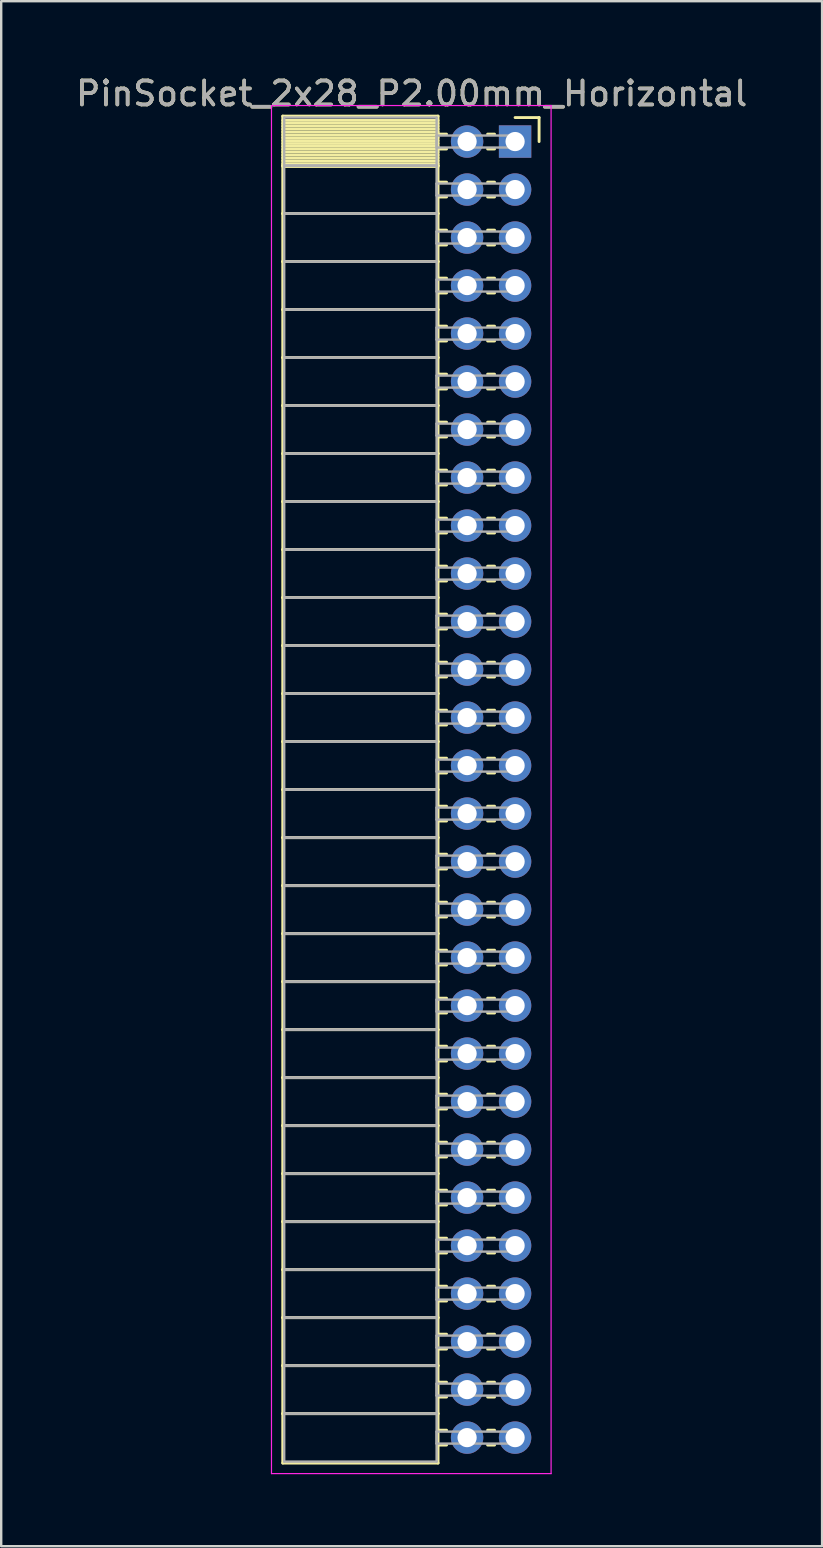
<source format=kicad_pcb>
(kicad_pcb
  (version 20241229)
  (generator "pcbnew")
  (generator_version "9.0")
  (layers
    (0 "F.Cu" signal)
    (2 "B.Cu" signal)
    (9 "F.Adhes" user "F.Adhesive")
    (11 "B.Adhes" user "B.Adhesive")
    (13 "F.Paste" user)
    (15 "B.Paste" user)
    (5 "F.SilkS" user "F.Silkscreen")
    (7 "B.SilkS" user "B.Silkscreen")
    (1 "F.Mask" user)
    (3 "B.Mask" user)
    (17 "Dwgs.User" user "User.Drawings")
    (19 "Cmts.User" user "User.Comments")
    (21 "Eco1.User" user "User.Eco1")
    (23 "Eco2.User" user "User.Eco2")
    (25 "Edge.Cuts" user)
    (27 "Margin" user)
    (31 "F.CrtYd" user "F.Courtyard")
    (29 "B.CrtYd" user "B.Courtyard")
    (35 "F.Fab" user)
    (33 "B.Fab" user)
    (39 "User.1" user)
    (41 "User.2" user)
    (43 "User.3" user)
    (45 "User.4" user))
  (footprint "PinSocket_2x28_P2.00mm_Horizontal"
    (layer "F.Cu")
    (at 18.411 2.848)
    (property "Reference" "PinSocket_2x28_P2.00mm_Horizontal" (at -4.31 -2 0) (layer "F.SilkS") (effects (font (size 1 1) (thickness 0.15))))
    (attr through_hole)
    (fp_line (start -9.68 -1.06) (end -3.21 -1.06) (stroke (width 0.12) (type solid)) (layer "F.SilkS"))
    (fp_line (start -9.68 1) (end -9.68 -1.06) (stroke (width 0.12) (type solid)) (layer "F.SilkS"))
    (fp_line (start -9.68 1) (end -3.21 1) (stroke (width 0.12) (type solid)) (layer "F.SilkS"))
    (fp_line (start -9.68 3) (end -9.68 1) (stroke (width 0.12) (type solid)) (layer "F.SilkS"))
    (fp_line (start -9.68 3) (end -3.21 3) (stroke (width 0.12) (type solid)) (layer "F.SilkS"))
    (fp_line (start -9.68 5) (end -9.68 3) (stroke (width 0.12) (type solid)) (layer "F.SilkS"))
    (fp_line (start -9.68 5) (end -3.21 5) (stroke (width 0.12) (type solid)) (layer "F.SilkS"))
    (fp_line (start -9.68 7) (end -9.68 5) (stroke (width 0.12) (type solid)) (layer "F.SilkS"))
    (fp_line (start -9.68 7) (end -3.21 7) (stroke (width 0.12) (type solid)) (layer "F.SilkS"))
    (fp_line (start -9.68 9) (end -9.68 7) (stroke (width 0.12) (type solid)) (layer "F.SilkS"))
    (fp_line (start -9.68 9) (end -3.21 9) (stroke (width 0.12) (type solid)) (layer "F.SilkS"))
    (fp_line (start -9.68 11) (end -9.68 9) (stroke (width 0.12) (type solid)) (layer "F.SilkS"))
    (fp_line (start -9.68 11) (end -3.21 11) (stroke (width 0.12) (type solid)) (layer "F.SilkS"))
    (fp_line (start -9.68 13) (end -9.68 11) (stroke (width 0.12) (type solid)) (layer "F.SilkS"))
    (fp_line (start -9.68 13) (end -3.21 13) (stroke (width 0.12) (type solid)) (layer "F.SilkS"))
    (fp_line (start -9.68 15) (end -9.68 13) (stroke (width 0.12) (type solid)) (layer "F.SilkS"))
    (fp_line (start -9.68 15) (end -3.21 15) (stroke (width 0.12) (type solid)) (layer "F.SilkS"))
    (fp_line (start -9.68 17) (end -9.68 15) (stroke (width 0.12) (type solid)) (layer "F.SilkS"))
    (fp_line (start -9.68 17) (end -3.21 17) (stroke (width 0.12) (type solid)) (layer "F.SilkS"))
    (fp_line (start -9.68 19) (end -9.68 17) (stroke (width 0.12) (type solid)) (layer "F.SilkS"))
    (fp_line (start -9.68 19) (end -3.21 19) (stroke (width 0.12) (type solid)) (layer "F.SilkS"))
    (fp_line (start -9.68 21) (end -9.68 19) (stroke (width 0.12) (type solid)) (layer "F.SilkS"))
    (fp_line (start -9.68 21) (end -3.21 21) (stroke (width 0.12) (type solid)) (layer "F.SilkS"))
    (fp_line (start -9.68 23) (end -9.68 21) (stroke (width 0.12) (type solid)) (layer "F.SilkS"))
    (fp_line (start -9.68 23) (end -3.21 23) (stroke (width 0.12) (type solid)) (layer "F.SilkS"))
    (fp_line (start -9.68 25) (end -9.68 23) (stroke (width 0.12) (type solid)) (layer "F.SilkS"))
    (fp_line (start -9.68 25) (end -3.21 25) (stroke (width 0.12) (type solid)) (layer "F.SilkS"))
    (fp_line (start -9.68 27) (end -9.68 25) (stroke (width 0.12) (type solid)) (layer "F.SilkS"))
    (fp_line (start -9.68 27) (end -3.21 27) (stroke (width 0.12) (type solid)) (layer "F.SilkS"))
    (fp_line (start -9.68 29) (end -9.68 27) (stroke (width 0.12) (type solid)) (layer "F.SilkS"))
    (fp_line (start -9.68 29) (end -3.21 29) (stroke (width 0.12) (type solid)) (layer "F.SilkS"))
    (fp_line (start -9.68 31) (end -9.68 29) (stroke (width 0.12) (type solid)) (layer "F.SilkS"))
    (fp_line (start -9.68 31) (end -3.21 31) (stroke (width 0.12) (type solid)) (layer "F.SilkS"))
    (fp_line (start -9.68 33) (end -9.68 31) (stroke (width 0.12) (type solid)) (layer "F.SilkS"))
    (fp_line (start -9.68 33) (end -3.21 33) (stroke (width 0.12) (type solid)) (layer "F.SilkS"))
    (fp_line (start -9.68 35) (end -9.68 33) (stroke (width 0.12) (type solid)) (layer "F.SilkS"))
    (fp_line (start -9.68 35) (end -3.21 35) (stroke (width 0.12) (type solid)) (layer "F.SilkS"))
    (fp_line (start -9.68 37) (end -9.68 35) (stroke (width 0.12) (type solid)) (layer "F.SilkS"))
    (fp_line (start -9.68 37) (end -3.21 37) (stroke (width 0.12) (type solid)) (layer "F.SilkS"))
    (fp_line (start -9.68 39) (end -9.68 37) (stroke (width 0.12) (type solid)) (layer "F.SilkS"))
    (fp_line (start -9.68 39) (end -3.21 39) (stroke (width 0.12) (type solid)) (layer "F.SilkS"))
    (fp_line (start -9.68 41) (end -9.68 39) (stroke (width 0.12) (type solid)) (layer "F.SilkS"))
    (fp_line (start -9.68 41) (end -3.21 41) (stroke (width 0.12) (type solid)) (layer "F.SilkS"))
    (fp_line (start -9.68 43) (end -9.68 41) (stroke (width 0.12) (type solid)) (layer "F.SilkS"))
    (fp_line (start -9.68 43) (end -3.21 43) (stroke (width 0.12) (type solid)) (layer "F.SilkS"))
    (fp_line (start -9.68 45) (end -9.68 43) (stroke (width 0.12) (type solid)) (layer "F.SilkS"))
    (fp_line (start -9.68 45) (end -3.21 45) (stroke (width 0.12) (type solid)) (layer "F.SilkS"))
    (fp_line (start -9.68 47) (end -9.68 45) (stroke (width 0.12) (type solid)) (layer "F.SilkS"))
    (fp_line (start -9.68 47) (end -3.21 47) (stroke (width 0.12) (type solid)) (layer "F.SilkS"))
    (fp_line (start -9.68 49) (end -9.68 47) (stroke (width 0.12) (type solid)) (layer "F.SilkS"))
    (fp_line (start -9.68 49) (end -3.21 49) (stroke (width 0.12) (type solid)) (layer "F.SilkS"))
    (fp_line (start -9.68 51) (end -9.68 49) (stroke (width 0.12) (type solid)) (layer "F.SilkS"))
    (fp_line (start -9.68 51) (end -3.21 51) (stroke (width 0.12) (type solid)) (layer "F.SilkS"))
    (fp_line (start -9.68 53) (end -9.68 51) (stroke (width 0.12) (type solid)) (layer "F.SilkS"))
    (fp_line (start -9.68 53) (end -3.21 53) (stroke (width 0.12) (type solid)) (layer "F.SilkS"))
    (fp_line (start -9.68 55.06) (end -9.68 53) (stroke (width 0.12) (type solid)) (layer "F.SilkS"))
    (fp_line (start -3.21 -1.06) (end -3.21 1) (stroke (width 0.12) (type solid)) (layer "F.SilkS"))
    (fp_line (start -3.21 -0.88) (end -9.68 -0.88) (stroke (width 0.12) (type solid)) (layer "F.SilkS"))
    (fp_line (start -3.21 -0.76) (end -9.68 -0.76) (stroke (width 0.12) (type solid)) (layer "F.SilkS"))
    (fp_line (start -3.21 -0.64) (end -9.68 -0.64) (stroke (width 0.12) (type solid)) (layer "F.SilkS"))
    (fp_line (start -3.21 -0.52) (end -9.68 -0.52) (stroke (width 0.12) (type solid)) (layer "F.SilkS"))
    (fp_line (start -3.21 -0.4) (end -9.68 -0.4) (stroke (width 0.12) (type solid)) (layer "F.SilkS"))
    (fp_line (start -3.21 -0.28) (end -9.68 -0.28) (stroke (width 0.12) (type solid)) (layer "F.SilkS"))
    (fp_line (start -3.21 -0.16) (end -9.68 -0.16) (stroke (width 0.12) (type solid)) (layer "F.SilkS"))
    (fp_line (start -3.21 -0.04) (end -9.68 -0.04) (stroke (width 0.12) (type solid)) (layer "F.SilkS"))
    (fp_line (start -3.21 0.08) (end -9.68 0.08) (stroke (width 0.12) (type solid)) (layer "F.SilkS"))
    (fp_line (start -3.21 0.2) (end -9.68 0.2) (stroke (width 0.12) (type solid)) (layer "F.SilkS"))
    (fp_line (start -3.21 0.32) (end -9.68 0.32) (stroke (width 0.12) (type solid)) (layer "F.SilkS"))
    (fp_line (start -3.21 0.44) (end -9.68 0.44) (stroke (width 0.12) (type solid)) (layer "F.SilkS"))
    (fp_line (start -3.21 0.56) (end -9.68 0.56) (stroke (width 0.12) (type solid)) (layer "F.SilkS"))
    (fp_line (start -3.21 0.68) (end -9.68 0.68) (stroke (width 0.12) (type solid)) (layer "F.SilkS"))
    (fp_line (start -3.21 0.8) (end -9.68 0.8) (stroke (width 0.12) (type solid)) (layer "F.SilkS"))
    (fp_line (start -3.21 0.92) (end -9.68 0.92) (stroke (width 0.12) (type solid)) (layer "F.SilkS"))
    (fp_line (start -3.21 1) (end -9.68 1) (stroke (width 0.12) (type solid)) (layer "F.SilkS"))
    (fp_line (start -3.21 1) (end -3.21 3) (stroke (width 0.12) (type solid)) (layer "F.SilkS"))
    (fp_line (start -3.21 1.04) (end -9.68 1.04) (stroke (width 0.12) (type solid)) (layer "F.SilkS"))
    (fp_line (start -3.21 3) (end -9.68 3) (stroke (width 0.12) (type solid)) (layer "F.SilkS"))
    (fp_line (start -3.21 3) (end -3.21 5) (stroke (width 0.12) (type solid)) (layer "F.SilkS"))
    (fp_line (start -3.21 5) (end -9.68 5) (stroke (width 0.12) (type solid)) (layer "F.SilkS"))
    (fp_line (start -3.21 5) (end -3.21 7) (stroke (width 0.12) (type solid)) (layer "F.SilkS"))
    (fp_line (start -3.21 7) (end -9.68 7) (stroke (width 0.12) (type solid)) (layer "F.SilkS"))
    (fp_line (start -3.21 7) (end -3.21 9) (stroke (width 0.12) (type solid)) (layer "F.SilkS"))
    (fp_line (start -3.21 9) (end -9.68 9) (stroke (width 0.12) (type solid)) (layer "F.SilkS"))
    (fp_line (start -3.21 9) (end -3.21 11) (stroke (width 0.12) (type solid)) (layer "F.SilkS"))
    (fp_line (start -3.21 11) (end -9.68 11) (stroke (width 0.12) (type solid)) (layer "F.SilkS"))
    (fp_line (start -3.21 11) (end -3.21 13) (stroke (width 0.12) (type solid)) (layer "F.SilkS"))
    (fp_line (start -3.21 13) (end -9.68 13) (stroke (width 0.12) (type solid)) (layer "F.SilkS"))
    (fp_line (start -3.21 13) (end -3.21 15) (stroke (width 0.12) (type solid)) (layer "F.SilkS"))
    (fp_line (start -3.21 15) (end -9.68 15) (stroke (width 0.12) (type solid)) (layer "F.SilkS"))
    (fp_line (start -3.21 15) (end -3.21 17) (stroke (width 0.12) (type solid)) (layer "F.SilkS"))
    (fp_line (start -3.21 17) (end -9.68 17) (stroke (width 0.12) (type solid)) (layer "F.SilkS"))
    (fp_line (start -3.21 17) (end -3.21 19) (stroke (width 0.12) (type solid)) (layer "F.SilkS"))
    (fp_line (start -3.21 19) (end -9.68 19) (stroke (width 0.12) (type solid)) (layer "F.SilkS"))
    (fp_line (start -3.21 19) (end -3.21 21) (stroke (width 0.12) (type solid)) (layer "F.SilkS"))
    (fp_line (start -3.21 21) (end -9.68 21) (stroke (width 0.12) (type solid)) (layer "F.SilkS"))
    (fp_line (start -3.21 21) (end -3.21 23) (stroke (width 0.12) (type solid)) (layer "F.SilkS"))
    (fp_line (start -3.21 23) (end -9.68 23) (stroke (width 0.12) (type solid)) (layer "F.SilkS"))
    (fp_line (start -3.21 23) (end -3.21 25) (stroke (width 0.12) (type solid)) (layer "F.SilkS"))
    (fp_line (start -3.21 25) (end -9.68 25) (stroke (width 0.12) (type solid)) (layer "F.SilkS"))
    (fp_line (start -3.21 25) (end -3.21 27) (stroke (width 0.12) (type solid)) (layer "F.SilkS"))
    (fp_line (start -3.21 27) (end -9.68 27) (stroke (width 0.12) (type solid)) (layer "F.SilkS"))
    (fp_line (start -3.21 27) (end -3.21 29) (stroke (width 0.12) (type solid)) (layer "F.SilkS"))
    (fp_line (start -3.21 29) (end -9.68 29) (stroke (width 0.12) (type solid)) (layer "F.SilkS"))
    (fp_line (start -3.21 29) (end -3.21 31) (stroke (width 0.12) (type solid)) (layer "F.SilkS"))
    (fp_line (start -3.21 31) (end -9.68 31) (stroke (width 0.12) (type solid)) (layer "F.SilkS"))
    (fp_line (start -3.21 31) (end -3.21 33) (stroke (width 0.12) (type solid)) (layer "F.SilkS"))
    (fp_line (start -3.21 33) (end -9.68 33) (stroke (width 0.12) (type solid)) (layer "F.SilkS"))
    (fp_line (start -3.21 33) (end -3.21 35) (stroke (width 0.12) (type solid)) (layer "F.SilkS"))
    (fp_line (start -3.21 35) (end -9.68 35) (stroke (width 0.12) (type solid)) (layer "F.SilkS"))
    (fp_line (start -3.21 35) (end -3.21 37) (stroke (width 0.12) (type solid)) (layer "F.SilkS"))
    (fp_line (start -3.21 37) (end -9.68 37) (stroke (width 0.12) (type solid)) (layer "F.SilkS"))
    (fp_line (start -3.21 37) (end -3.21 39) (stroke (width 0.12) (type solid)) (layer "F.SilkS"))
    (fp_line (start -3.21 39) (end -9.68 39) (stroke (width 0.12) (type solid)) (layer "F.SilkS"))
    (fp_line (start -3.21 39) (end -3.21 41) (stroke (width 0.12) (type solid)) (layer "F.SilkS"))
    (fp_line (start -3.21 41) (end -9.68 41) (stroke (width 0.12) (type solid)) (layer "F.SilkS"))
    (fp_line (start -3.21 41) (end -3.21 43) (stroke (width 0.12) (type solid)) (layer "F.SilkS"))
    (fp_line (start -3.21 43) (end -9.68 43) (stroke (width 0.12) (type solid)) (layer "F.SilkS"))
    (fp_line (start -3.21 43) (end -3.21 45) (stroke (width 0.12) (type solid)) (layer "F.SilkS"))
    (fp_line (start -3.21 45) (end -9.68 45) (stroke (width 0.12) (type solid)) (layer "F.SilkS"))
    (fp_line (start -3.21 45) (end -3.21 47) (stroke (width 0.12) (type solid)) (layer "F.SilkS"))
    (fp_line (start -3.21 47) (end -9.68 47) (stroke (width 0.12) (type solid)) (layer "F.SilkS"))
    (fp_line (start -3.21 47) (end -3.21 49) (stroke (width 0.12) (type solid)) (layer "F.SilkS"))
    (fp_line (start -3.21 49) (end -9.68 49) (stroke (width 0.12) (type solid)) (layer "F.SilkS"))
    (fp_line (start -3.21 49) (end -3.21 51) (stroke (width 0.12) (type solid)) (layer "F.SilkS"))
    (fp_line (start -3.21 51) (end -9.68 51) (stroke (width 0.12) (type solid)) (layer "F.SilkS"))
    (fp_line (start -3.21 51) (end -3.21 53) (stroke (width 0.12) (type solid)) (layer "F.SilkS"))
    (fp_line (start -3.21 53) (end -9.68 53) (stroke (width 0.12) (type solid)) (layer "F.SilkS"))
    (fp_line (start -3.21 53) (end -3.21 55.06) (stroke (width 0.12) (type solid)) (layer "F.SilkS"))
    (fp_line (start -3.21 55.06) (end -9.68 55.06) (stroke (width 0.12) (type solid)) (layer "F.SilkS"))
    (fp_line (start -2.855 -0.31) (end -3.21 -0.31) (stroke (width 0.12) (type solid)) (layer "F.SilkS"))
    (fp_line (start -2.855 0.31) (end -3.21 0.31) (stroke (width 0.12) (type solid)) (layer "F.SilkS"))
    (fp_line (start -2.855 1.69) (end -3.21 1.69) (stroke (width 0.12) (type solid)) (layer "F.SilkS"))
    (fp_line (start -2.855 2.31) (end -3.21 2.31) (stroke (width 0.12) (type solid)) (layer "F.SilkS"))
    (fp_line (start -2.855 3.69) (end -3.21 3.69) (stroke (width 0.12) (type solid)) (layer "F.SilkS"))
    (fp_line (start -2.855 4.31) (end -3.21 4.31) (stroke (width 0.12) (type solid)) (layer "F.SilkS"))
    (fp_line (start -2.855 5.69) (end -3.21 5.69) (stroke (width 0.12) (type solid)) (layer "F.SilkS"))
    (fp_line (start -2.855 6.31) (end -3.21 6.31) (stroke (width 0.12) (type solid)) (layer "F.SilkS"))
    (fp_line (start -2.855 7.69) (end -3.21 7.69) (stroke (width 0.12) (type solid)) (layer "F.SilkS"))
    (fp_line (start -2.855 8.31) (end -3.21 8.31) (stroke (width 0.12) (type solid)) (layer "F.SilkS"))
    (fp_line (start -2.855 9.69) (end -3.21 9.69) (stroke (width 0.12) (type solid)) (layer "F.SilkS"))
    (fp_line (start -2.855 10.31) (end -3.21 10.31) (stroke (width 0.12) (type solid)) (layer "F.SilkS"))
    (fp_line (start -2.855 11.69) (end -3.21 11.69) (stroke (width 0.12) (type solid)) (layer "F.SilkS"))
    (fp_line (start -2.855 12.31) (end -3.21 12.31) (stroke (width 0.12) (type solid)) (layer "F.SilkS"))
    (fp_line (start -2.855 13.69) (end -3.21 13.69) (stroke (width 0.12) (type solid)) (layer "F.SilkS"))
    (fp_line (start -2.855 14.31) (end -3.21 14.31) (stroke (width 0.12) (type solid)) (layer "F.SilkS"))
    (fp_line (start -2.855 15.69) (end -3.21 15.69) (stroke (width 0.12) (type solid)) (layer "F.SilkS"))
    (fp_line (start -2.855 16.31) (end -3.21 16.31) (stroke (width 0.12) (type solid)) (layer "F.SilkS"))
    (fp_line (start -2.855 17.69) (end -3.21 17.69) (stroke (width 0.12) (type solid)) (layer "F.SilkS"))
    (fp_line (start -2.855 18.31) (end -3.21 18.31) (stroke (width 0.12) (type solid)) (layer "F.SilkS"))
    (fp_line (start -2.855 19.69) (end -3.21 19.69) (stroke (width 0.12) (type solid)) (layer "F.SilkS"))
    (fp_line (start -2.855 20.31) (end -3.21 20.31) (stroke (width 0.12) (type solid)) (layer "F.SilkS"))
    (fp_line (start -2.855 21.69) (end -3.21 21.69) (stroke (width 0.12) (type solid)) (layer "F.SilkS"))
    (fp_line (start -2.855 22.31) (end -3.21 22.31) (stroke (width 0.12) (type solid)) (layer "F.SilkS"))
    (fp_line (start -2.855 23.69) (end -3.21 23.69) (stroke (width 0.12) (type solid)) (layer "F.SilkS"))
    (fp_line (start -2.855 24.31) (end -3.21 24.31) (stroke (width 0.12) (type solid)) (layer "F.SilkS"))
    (fp_line (start -2.855 25.69) (end -3.21 25.69) (stroke (width 0.12) (type solid)) (layer "F.SilkS"))
    (fp_line (start -2.855 26.31) (end -3.21 26.31) (stroke (width 0.12) (type solid)) (layer "F.SilkS"))
    (fp_line (start -2.855 27.69) (end -3.21 27.69) (stroke (width 0.12) (type solid)) (layer "F.SilkS"))
    (fp_line (start -2.855 28.31) (end -3.21 28.31) (stroke (width 0.12) (type solid)) (layer "F.SilkS"))
    (fp_line (start -2.855 29.69) (end -3.21 29.69) (stroke (width 0.12) (type solid)) (layer "F.SilkS"))
    (fp_line (start -2.855 30.31) (end -3.21 30.31) (stroke (width 0.12) (type solid)) (layer "F.SilkS"))
    (fp_line (start -2.855 31.69) (end -3.21 31.69) (stroke (width 0.12) (type solid)) (layer "F.SilkS"))
    (fp_line (start -2.855 32.31) (end -3.21 32.31) (stroke (width 0.12) (type solid)) (layer "F.SilkS"))
    (fp_line (start -2.855 33.69) (end -3.21 33.69) (stroke (width 0.12) (type solid)) (layer "F.SilkS"))
    (fp_line (start -2.855 34.31) (end -3.21 34.31) (stroke (width 0.12) (type solid)) (layer "F.SilkS"))
    (fp_line (start -2.855 35.69) (end -3.21 35.69) (stroke (width 0.12) (type solid)) (layer "F.SilkS"))
    (fp_line (start -2.855 36.31) (end -3.21 36.31) (stroke (width 0.12) (type solid)) (layer "F.SilkS"))
    (fp_line (start -2.855 37.69) (end -3.21 37.69) (stroke (width 0.12) (type solid)) (layer "F.SilkS"))
    (fp_line (start -2.855 38.31) (end -3.21 38.31) (stroke (width 0.12) (type solid)) (layer "F.SilkS"))
    (fp_line (start -2.855 39.69) (end -3.21 39.69) (stroke (width 0.12) (type solid)) (layer "F.SilkS"))
    (fp_line (start -2.855 40.31) (end -3.21 40.31) (stroke (width 0.12) (type solid)) (layer "F.SilkS"))
    (fp_line (start -2.855 41.69) (end -3.21 41.69) (stroke (width 0.12) (type solid)) (layer "F.SilkS"))
    (fp_line (start -2.855 42.31) (end -3.21 42.31) (stroke (width 0.12) (type solid)) (layer "F.SilkS"))
    (fp_line (start -2.855 43.69) (end -3.21 43.69) (stroke (width 0.12) (type solid)) (layer "F.SilkS"))
    (fp_line (start -2.855 44.31) (end -3.21 44.31) (stroke (width 0.12) (type solid)) (layer "F.SilkS"))
    (fp_line (start -2.855 45.69) (end -3.21 45.69) (stroke (width 0.12) (type solid)) (layer "F.SilkS"))
    (fp_line (start -2.855 46.31) (end -3.21 46.31) (stroke (width 0.12) (type solid)) (layer "F.SilkS"))
    (fp_line (start -2.855 47.69) (end -3.21 47.69) (stroke (width 0.12) (type solid)) (layer "F.SilkS"))
    (fp_line (start -2.855 48.31) (end -3.21 48.31) (stroke (width 0.12) (type solid)) (layer "F.SilkS"))
    (fp_line (start -2.855 49.69) (end -3.21 49.69) (stroke (width 0.12) (type solid)) (layer "F.SilkS"))
    (fp_line (start -2.855 50.31) (end -3.21 50.31) (stroke (width 0.12) (type solid)) (layer "F.SilkS"))
    (fp_line (start -2.855 51.69) (end -3.21 51.69) (stroke (width 0.12) (type solid)) (layer "F.SilkS"))
    (fp_line (start -2.855 52.31) (end -3.21 52.31) (stroke (width 0.12) (type solid)) (layer "F.SilkS"))
    (fp_line (start -2.855 53.69) (end -3.21 53.69) (stroke (width 0.12) (type solid)) (layer "F.SilkS"))
    (fp_line (start -2.855 54.31) (end -3.21 54.31) (stroke (width 0.12) (type solid)) (layer "F.SilkS"))
    (fp_line (start -0.855 -0.31) (end -1.145 -0.31) (stroke (width 0.12) (type solid)) (layer "F.SilkS"))
    (fp_line (start -0.855 0.31) (end -1.145 0.31) (stroke (width 0.12) (type solid)) (layer "F.SilkS"))
    (fp_line (start -0.855 1.69) (end -1.145 1.69) (stroke (width 0.12) (type solid)) (layer "F.SilkS"))
    (fp_line (start -0.855 2.31) (end -1.145 2.31) (stroke (width 0.12) (type solid)) (layer "F.SilkS"))
    (fp_line (start -0.855 3.69) (end -1.145 3.69) (stroke (width 0.12) (type solid)) (layer "F.SilkS"))
    (fp_line (start -0.855 4.31) (end -1.145 4.31) (stroke (width 0.12) (type solid)) (layer "F.SilkS"))
    (fp_line (start -0.855 5.69) (end -1.145 5.69) (stroke (width 0.12) (type solid)) (layer "F.SilkS"))
    (fp_line (start -0.855 6.31) (end -1.145 6.31) (stroke (width 0.12) (type solid)) (layer "F.SilkS"))
    (fp_line (start -0.855 7.69) (end -1.145 7.69) (stroke (width 0.12) (type solid)) (layer "F.SilkS"))
    (fp_line (start -0.855 8.31) (end -1.145 8.31) (stroke (width 0.12) (type solid)) (layer "F.SilkS"))
    (fp_line (start -0.855 9.69) (end -1.145 9.69) (stroke (width 0.12) (type solid)) (layer "F.SilkS"))
    (fp_line (start -0.855 10.31) (end -1.145 10.31) (stroke (width 0.12) (type solid)) (layer "F.SilkS"))
    (fp_line (start -0.855 11.69) (end -1.145 11.69) (stroke (width 0.12) (type solid)) (layer "F.SilkS"))
    (fp_line (start -0.855 12.31) (end -1.145 12.31) (stroke (width 0.12) (type solid)) (layer "F.SilkS"))
    (fp_line (start -0.855 13.69) (end -1.145 13.69) (stroke (width 0.12) (type solid)) (layer "F.SilkS"))
    (fp_line (start -0.855 14.31) (end -1.145 14.31) (stroke (width 0.12) (type solid)) (layer "F.SilkS"))
    (fp_line (start -0.855 15.69) (end -1.145 15.69) (stroke (width 0.12) (type solid)) (layer "F.SilkS"))
    (fp_line (start -0.855 16.31) (end -1.145 16.31) (stroke (width 0.12) (type solid)) (layer "F.SilkS"))
    (fp_line (start -0.855 17.69) (end -1.145 17.69) (stroke (width 0.12) (type solid)) (layer "F.SilkS"))
    (fp_line (start -0.855 18.31) (end -1.145 18.31) (stroke (width 0.12) (type solid)) (layer "F.SilkS"))
    (fp_line (start -0.855 19.69) (end -1.145 19.69) (stroke (width 0.12) (type solid)) (layer "F.SilkS"))
    (fp_line (start -0.855 20.31) (end -1.145 20.31) (stroke (width 0.12) (type solid)) (layer "F.SilkS"))
    (fp_line (start -0.855 21.69) (end -1.145 21.69) (stroke (width 0.12) (type solid)) (layer "F.SilkS"))
    (fp_line (start -0.855 22.31) (end -1.145 22.31) (stroke (width 0.12) (type solid)) (layer "F.SilkS"))
    (fp_line (start -0.855 23.69) (end -1.145 23.69) (stroke (width 0.12) (type solid)) (layer "F.SilkS"))
    (fp_line (start -0.855 24.31) (end -1.145 24.31) (stroke (width 0.12) (type solid)) (layer "F.SilkS"))
    (fp_line (start -0.855 25.69) (end -1.145 25.69) (stroke (width 0.12) (type solid)) (layer "F.SilkS"))
    (fp_line (start -0.855 26.31) (end -1.145 26.31) (stroke (width 0.12) (type solid)) (layer "F.SilkS"))
    (fp_line (start -0.855 27.69) (end -1.145 27.69) (stroke (width 0.12) (type solid)) (layer "F.SilkS"))
    (fp_line (start -0.855 28.31) (end -1.145 28.31) (stroke (width 0.12) (type solid)) (layer "F.SilkS"))
    (fp_line (start -0.855 29.69) (end -1.145 29.69) (stroke (width 0.12) (type solid)) (layer "F.SilkS"))
    (fp_line (start -0.855 30.31) (end -1.145 30.31) (stroke (width 0.12) (type solid)) (layer "F.SilkS"))
    (fp_line (start -0.855 31.69) (end -1.145 31.69) (stroke (width 0.12) (type solid)) (layer "F.SilkS"))
    (fp_line (start -0.855 32.31) (end -1.145 32.31) (stroke (width 0.12) (type solid)) (layer "F.SilkS"))
    (fp_line (start -0.855 33.69) (end -1.145 33.69) (stroke (width 0.12) (type solid)) (layer "F.SilkS"))
    (fp_line (start -0.855 34.31) (end -1.145 34.31) (stroke (width 0.12) (type solid)) (layer "F.SilkS"))
    (fp_line (start -0.855 35.69) (end -1.145 35.69) (stroke (width 0.12) (type solid)) (layer "F.SilkS"))
    (fp_line (start -0.855 36.31) (end -1.145 36.31) (stroke (width 0.12) (type solid)) (layer "F.SilkS"))
    (fp_line (start -0.855 37.69) (end -1.145 37.69) (stroke (width 0.12) (type solid)) (layer "F.SilkS"))
    (fp_line (start -0.855 38.31) (end -1.145 38.31) (stroke (width 0.12) (type solid)) (layer "F.SilkS"))
    (fp_line (start -0.855 39.69) (end -1.145 39.69) (stroke (width 0.12) (type solid)) (layer "F.SilkS"))
    (fp_line (start -0.855 40.31) (end -1.145 40.31) (stroke (width 0.12) (type solid)) (layer "F.SilkS"))
    (fp_line (start -0.855 41.69) (end -1.145 41.69) (stroke (width 0.12) (type solid)) (layer "F.SilkS"))
    (fp_line (start -0.855 42.31) (end -1.145 42.31) (stroke (width 0.12) (type solid)) (layer "F.SilkS"))
    (fp_line (start -0.855 43.69) (end -1.145 43.69) (stroke (width 0.12) (type solid)) (layer "F.SilkS"))
    (fp_line (start -0.855 44.31) (end -1.145 44.31) (stroke (width 0.12) (type solid)) (layer "F.SilkS"))
    (fp_line (start -0.855 45.69) (end -1.145 45.69) (stroke (width 0.12) (type solid)) (layer "F.SilkS"))
    (fp_line (start -0.855 46.31) (end -1.145 46.31) (stroke (width 0.12) (type solid)) (layer "F.SilkS"))
    (fp_line (start -0.855 47.69) (end -1.145 47.69) (stroke (width 0.12) (type solid)) (layer "F.SilkS"))
    (fp_line (start -0.855 48.31) (end -1.145 48.31) (stroke (width 0.12) (type solid)) (layer "F.SilkS"))
    (fp_line (start -0.855 49.69) (end -1.145 49.69) (stroke (width 0.12) (type solid)) (layer "F.SilkS"))
    (fp_line (start -0.855 50.31) (end -1.145 50.31) (stroke (width 0.12) (type solid)) (layer "F.SilkS"))
    (fp_line (start -0.855 51.69) (end -1.145 51.69) (stroke (width 0.12) (type solid)) (layer "F.SilkS"))
    (fp_line (start -0.855 52.31) (end -1.145 52.31) (stroke (width 0.12) (type solid)) (layer "F.SilkS"))
    (fp_line (start -0.855 53.69) (end -1.145 53.69) (stroke (width 0.12) (type solid)) (layer "F.SilkS"))
    (fp_line (start -0.855 54.31) (end -1.145 54.31) (stroke (width 0.12) (type solid)) (layer "F.SilkS"))
    (fp_line (start 0 -1) (end 1 -1) (stroke (width 0.12) (type solid)) (layer "F.SilkS"))
    (fp_line (start 1 -1) (end 1 0) (stroke (width 0.12) (type solid)) (layer "F.SilkS"))
    (fp_line (start -10.15 -1.5) (end 1.5 -1.5) (stroke (width 0.05) (type solid)) (layer "F.CrtYd"))
    (fp_line (start -10.15 55.5) (end -10.15 -1.5) (stroke (width 0.05) (type solid)) (layer "F.CrtYd"))
    (fp_line (start 1.5 -1.5) (end 1.5 55.5) (stroke (width 0.05) (type solid)) (layer "F.CrtYd"))
    (fp_line (start 1.5 55.5) (end -10.15 55.5) (stroke (width 0.05) (type solid)) (layer "F.CrtYd"))
    (fp_line (start -9.62 -1) (end -3.27 -1) (stroke (width 0.1) (type solid)) (layer "F.Fab"))
    (fp_line (start -9.62 1) (end -9.62 -1) (stroke (width 0.1) (type solid)) (layer "F.Fab"))
    (fp_line (start -9.62 1) (end -3.27 1) (stroke (width 0.1) (type solid)) (layer "F.Fab"))
    (fp_line (start -9.62 3) (end -9.62 1) (stroke (width 0.1) (type solid)) (layer "F.Fab"))
    (fp_line (start -9.62 3) (end -3.27 3) (stroke (width 0.1) (type solid)) (layer "F.Fab"))
    (fp_line (start -9.62 5) (end -9.62 3) (stroke (width 0.1) (type solid)) (layer "F.Fab"))
    (fp_line (start -9.62 5) (end -3.27 5) (stroke (width 0.1) (type solid)) (layer "F.Fab"))
    (fp_line (start -9.62 7) (end -9.62 5) (stroke (width 0.1) (type solid)) (layer "F.Fab"))
    (fp_line (start -9.62 7) (end -3.27 7) (stroke (width 0.1) (type solid)) (layer "F.Fab"))
    (fp_line (start -9.62 9) (end -9.62 7) (stroke (width 0.1) (type solid)) (layer "F.Fab"))
    (fp_line (start -9.62 9) (end -3.27 9) (stroke (width 0.1) (type solid)) (layer "F.Fab"))
    (fp_line (start -9.62 11) (end -9.62 9) (stroke (width 0.1) (type solid)) (layer "F.Fab"))
    (fp_line (start -9.62 11) (end -3.27 11) (stroke (width 0.1) (type solid)) (layer "F.Fab"))
    (fp_line (start -9.62 13) (end -9.62 11) (stroke (width 0.1) (type solid)) (layer "F.Fab"))
    (fp_line (start -9.62 13) (end -3.27 13) (stroke (width 0.1) (type solid)) (layer "F.Fab"))
    (fp_line (start -9.62 15) (end -9.62 13) (stroke (width 0.1) (type solid)) (layer "F.Fab"))
    (fp_line (start -9.62 15) (end -3.27 15) (stroke (width 0.1) (type solid)) (layer "F.Fab"))
    (fp_line (start -9.62 17) (end -9.62 15) (stroke (width 0.1) (type solid)) (layer "F.Fab"))
    (fp_line (start -9.62 17) (end -3.27 17) (stroke (width 0.1) (type solid)) (layer "F.Fab"))
    (fp_line (start -9.62 19) (end -9.62 17) (stroke (width 0.1) (type solid)) (layer "F.Fab"))
    (fp_line (start -9.62 19) (end -3.27 19) (stroke (width 0.1) (type solid)) (layer "F.Fab"))
    (fp_line (start -9.62 21) (end -9.62 19) (stroke (width 0.1) (type solid)) (layer "F.Fab"))
    (fp_line (start -9.62 21) (end -3.27 21) (stroke (width 0.1) (type solid)) (layer "F.Fab"))
    (fp_line (start -9.62 23) (end -9.62 21) (stroke (width 0.1) (type solid)) (layer "F.Fab"))
    (fp_line (start -9.62 23) (end -3.27 23) (stroke (width 0.1) (type solid)) (layer "F.Fab"))
    (fp_line (start -9.62 25) (end -9.62 23) (stroke (width 0.1) (type solid)) (layer "F.Fab"))
    (fp_line (start -9.62 25) (end -3.27 25) (stroke (width 0.1) (type solid)) (layer "F.Fab"))
    (fp_line (start -9.62 27) (end -9.62 25) (stroke (width 0.1) (type solid)) (layer "F.Fab"))
    (fp_line (start -9.62 27) (end -3.27 27) (stroke (width 0.1) (type solid)) (layer "F.Fab"))
    (fp_line (start -9.62 29) (end -9.62 27) (stroke (width 0.1) (type solid)) (layer "F.Fab"))
    (fp_line (start -9.62 29) (end -3.27 29) (stroke (width 0.1) (type solid)) (layer "F.Fab"))
    (fp_line (start -9.62 31) (end -9.62 29) (stroke (width 0.1) (type solid)) (layer "F.Fab"))
    (fp_line (start -9.62 31) (end -3.27 31) (stroke (width 0.1) (type solid)) (layer "F.Fab"))
    (fp_line (start -9.62 33) (end -9.62 31) (stroke (width 0.1) (type solid)) (layer "F.Fab"))
    (fp_line (start -9.62 33) (end -3.27 33) (stroke (width 0.1) (type solid)) (layer "F.Fab"))
    (fp_line (start -9.62 35) (end -9.62 33) (stroke (width 0.1) (type solid)) (layer "F.Fab"))
    (fp_line (start -9.62 35) (end -3.27 35) (stroke (width 0.1) (type solid)) (layer "F.Fab"))
    (fp_line (start -9.62 37) (end -9.62 35) (stroke (width 0.1) (type solid)) (layer "F.Fab"))
    (fp_line (start -9.62 37) (end -3.27 37) (stroke (width 0.1) (type solid)) (layer "F.Fab"))
    (fp_line (start -9.62 39) (end -9.62 37) (stroke (width 0.1) (type solid)) (layer "F.Fab"))
    (fp_line (start -9.62 39) (end -3.27 39) (stroke (width 0.1) (type solid)) (layer "F.Fab"))
    (fp_line (start -9.62 41) (end -9.62 39) (stroke (width 0.1) (type solid)) (layer "F.Fab"))
    (fp_line (start -9.62 41) (end -3.27 41) (stroke (width 0.1) (type solid)) (layer "F.Fab"))
    (fp_line (start -9.62 43) (end -9.62 41) (stroke (width 0.1) (type solid)) (layer "F.Fab"))
    (fp_line (start -9.62 43) (end -3.27 43) (stroke (width 0.1) (type solid)) (layer "F.Fab"))
    (fp_line (start -9.62 45) (end -9.62 43) (stroke (width 0.1) (type solid)) (layer "F.Fab"))
    (fp_line (start -9.62 45) (end -3.27 45) (stroke (width 0.1) (type solid)) (layer "F.Fab"))
    (fp_line (start -9.62 47) (end -9.62 45) (stroke (width 0.1) (type solid)) (layer "F.Fab"))
    (fp_line (start -9.62 47) (end -3.27 47) (stroke (width 0.1) (type solid)) (layer "F.Fab"))
    (fp_line (start -9.62 49) (end -9.62 47) (stroke (width 0.1) (type solid)) (layer "F.Fab"))
    (fp_line (start -9.62 49) (end -3.27 49) (stroke (width 0.1) (type solid)) (layer "F.Fab"))
    (fp_line (start -9.62 51) (end -9.62 49) (stroke (width 0.1) (type solid)) (layer "F.Fab"))
    (fp_line (start -9.62 51) (end -3.27 51) (stroke (width 0.1) (type solid)) (layer "F.Fab"))
    (fp_line (start -9.62 53) (end -9.62 51) (stroke (width 0.1) (type solid)) (layer "F.Fab"))
    (fp_line (start -9.62 53) (end -3.27 53) (stroke (width 0.1) (type solid)) (layer "F.Fab"))
    (fp_line (start -9.62 55) (end -9.62 53) (stroke (width 0.1) (type solid)) (layer "F.Fab"))
    (fp_line (start -3.27 -1) (end -3.27 1) (stroke (width 0.1) (type solid)) (layer "F.Fab"))
    (fp_line (start -3.27 -0.25) (end 0 -0.25) (stroke (width 0.1) (type solid)) (layer "F.Fab"))
    (fp_line (start -3.27 0.25) (end -3.27 -0.25) (stroke (width 0.1) (type solid)) (layer "F.Fab"))
    (fp_line (start -3.27 1) (end -9.62 1) (stroke (width 0.1) (type solid)) (layer "F.Fab"))
    (fp_line (start -3.27 1) (end -3.27 3) (stroke (width 0.1) (type solid)) (layer "F.Fab"))
    (fp_line (start -3.27 1.75) (end 0 1.75) (stroke (width 0.1) (type solid)) (layer "F.Fab"))
    (fp_line (start -3.27 2.25) (end -3.27 1.75) (stroke (width 0.1) (type solid)) (layer "F.Fab"))
    (fp_line (start -3.27 3) (end -9.62 3) (stroke (width 0.1) (type solid)) (layer "F.Fab"))
    (fp_line (start -3.27 3) (end -3.27 5) (stroke (width 0.1) (type solid)) (layer "F.Fab"))
    (fp_line (start -3.27 3.75) (end 0 3.75) (stroke (width 0.1) (type solid)) (layer "F.Fab"))
    (fp_line (start -3.27 4.25) (end -3.27 3.75) (stroke (width 0.1) (type solid)) (layer "F.Fab"))
    (fp_line (start -3.27 5) (end -9.62 5) (stroke (width 0.1) (type solid)) (layer "F.Fab"))
    (fp_line (start -3.27 5) (end -3.27 7) (stroke (width 0.1) (type solid)) (layer "F.Fab"))
    (fp_line (start -3.27 5.75) (end 0 5.75) (stroke (width 0.1) (type solid)) (layer "F.Fab"))
    (fp_line (start -3.27 6.25) (end -3.27 5.75) (stroke (width 0.1) (type solid)) (layer "F.Fab"))
    (fp_line (start -3.27 7) (end -9.62 7) (stroke (width 0.1) (type solid)) (layer "F.Fab"))
    (fp_line (start -3.27 7) (end -3.27 9) (stroke (width 0.1) (type solid)) (layer "F.Fab"))
    (fp_line (start -3.27 7.75) (end 0 7.75) (stroke (width 0.1) (type solid)) (layer "F.Fab"))
    (fp_line (start -3.27 8.25) (end -3.27 7.75) (stroke (width 0.1) (type solid)) (layer "F.Fab"))
    (fp_line (start -3.27 9) (end -9.62 9) (stroke (width 0.1) (type solid)) (layer "F.Fab"))
    (fp_line (start -3.27 9) (end -3.27 11) (stroke (width 0.1) (type solid)) (layer "F.Fab"))
    (fp_line (start -3.27 9.75) (end 0 9.75) (stroke (width 0.1) (type solid)) (layer "F.Fab"))
    (fp_line (start -3.27 10.25) (end -3.27 9.75) (stroke (width 0.1) (type solid)) (layer "F.Fab"))
    (fp_line (start -3.27 11) (end -9.62 11) (stroke (width 0.1) (type solid)) (layer "F.Fab"))
    (fp_line (start -3.27 11) (end -3.27 13) (stroke (width 0.1) (type solid)) (layer "F.Fab"))
    (fp_line (start -3.27 11.75) (end 0 11.75) (stroke (width 0.1) (type solid)) (layer "F.Fab"))
    (fp_line (start -3.27 12.25) (end -3.27 11.75) (stroke (width 0.1) (type solid)) (layer "F.Fab"))
    (fp_line (start -3.27 13) (end -9.62 13) (stroke (width 0.1) (type solid)) (layer "F.Fab"))
    (fp_line (start -3.27 13) (end -3.27 15) (stroke (width 0.1) (type solid)) (layer "F.Fab"))
    (fp_line (start -3.27 13.75) (end 0 13.75) (stroke (width 0.1) (type solid)) (layer "F.Fab"))
    (fp_line (start -3.27 14.25) (end -3.27 13.75) (stroke (width 0.1) (type solid)) (layer "F.Fab"))
    (fp_line (start -3.27 15) (end -9.62 15) (stroke (width 0.1) (type solid)) (layer "F.Fab"))
    (fp_line (start -3.27 15) (end -3.27 17) (stroke (width 0.1) (type solid)) (layer "F.Fab"))
    (fp_line (start -3.27 15.75) (end 0 15.75) (stroke (width 0.1) (type solid)) (layer "F.Fab"))
    (fp_line (start -3.27 16.25) (end -3.27 15.75) (stroke (width 0.1) (type solid)) (layer "F.Fab"))
    (fp_line (start -3.27 17) (end -9.62 17) (stroke (width 0.1) (type solid)) (layer "F.Fab"))
    (fp_line (start -3.27 17) (end -3.27 19) (stroke (width 0.1) (type solid)) (layer "F.Fab"))
    (fp_line (start -3.27 17.75) (end 0 17.75) (stroke (width 0.1) (type solid)) (layer "F.Fab"))
    (fp_line (start -3.27 18.25) (end -3.27 17.75) (stroke (width 0.1) (type solid)) (layer "F.Fab"))
    (fp_line (start -3.27 19) (end -9.62 19) (stroke (width 0.1) (type solid)) (layer "F.Fab"))
    (fp_line (start -3.27 19) (end -3.27 21) (stroke (width 0.1) (type solid)) (layer "F.Fab"))
    (fp_line (start -3.27 19.75) (end 0 19.75) (stroke (width 0.1) (type solid)) (layer "F.Fab"))
    (fp_line (start -3.27 20.25) (end -3.27 19.75) (stroke (width 0.1) (type solid)) (layer "F.Fab"))
    (fp_line (start -3.27 21) (end -9.62 21) (stroke (width 0.1) (type solid)) (layer "F.Fab"))
    (fp_line (start -3.27 21) (end -3.27 23) (stroke (width 0.1) (type solid)) (layer "F.Fab"))
    (fp_line (start -3.27 21.75) (end 0 21.75) (stroke (width 0.1) (type solid)) (layer "F.Fab"))
    (fp_line (start -3.27 22.25) (end -3.27 21.75) (stroke (width 0.1) (type solid)) (layer "F.Fab"))
    (fp_line (start -3.27 23) (end -9.62 23) (stroke (width 0.1) (type solid)) (layer "F.Fab"))
    (fp_line (start -3.27 23) (end -3.27 25) (stroke (width 0.1) (type solid)) (layer "F.Fab"))
    (fp_line (start -3.27 23.75) (end 0 23.75) (stroke (width 0.1) (type solid)) (layer "F.Fab"))
    (fp_line (start -3.27 24.25) (end -3.27 23.75) (stroke (width 0.1) (type solid)) (layer "F.Fab"))
    (fp_line (start -3.27 25) (end -9.62 25) (stroke (width 0.1) (type solid)) (layer "F.Fab"))
    (fp_line (start -3.27 25) (end -3.27 27) (stroke (width 0.1) (type solid)) (layer "F.Fab"))
    (fp_line (start -3.27 25.75) (end 0 25.75) (stroke (width 0.1) (type solid)) (layer "F.Fab"))
    (fp_line (start -3.27 26.25) (end -3.27 25.75) (stroke (width 0.1) (type solid)) (layer "F.Fab"))
    (fp_line (start -3.27 27) (end -9.62 27) (stroke (width 0.1) (type solid)) (layer "F.Fab"))
    (fp_line (start -3.27 27) (end -3.27 29) (stroke (width 0.1) (type solid)) (layer "F.Fab"))
    (fp_line (start -3.27 27.75) (end 0 27.75) (stroke (width 0.1) (type solid)) (layer "F.Fab"))
    (fp_line (start -3.27 28.25) (end -3.27 27.75) (stroke (width 0.1) (type solid)) (layer "F.Fab"))
    (fp_line (start -3.27 29) (end -9.62 29) (stroke (width 0.1) (type solid)) (layer "F.Fab"))
    (fp_line (start -3.27 29) (end -3.27 31) (stroke (width 0.1) (type solid)) (layer "F.Fab"))
    (fp_line (start -3.27 29.75) (end 0 29.75) (stroke (width 0.1) (type solid)) (layer "F.Fab"))
    (fp_line (start -3.27 30.25) (end -3.27 29.75) (stroke (width 0.1) (type solid)) (layer "F.Fab"))
    (fp_line (start -3.27 31) (end -9.62 31) (stroke (width 0.1) (type solid)) (layer "F.Fab"))
    (fp_line (start -3.27 31) (end -3.27 33) (stroke (width 0.1) (type solid)) (layer "F.Fab"))
    (fp_line (start -3.27 31.75) (end 0 31.75) (stroke (width 0.1) (type solid)) (layer "F.Fab"))
    (fp_line (start -3.27 32.25) (end -3.27 31.75) (stroke (width 0.1) (type solid)) (layer "F.Fab"))
    (fp_line (start -3.27 33) (end -9.62 33) (stroke (width 0.1) (type solid)) (layer "F.Fab"))
    (fp_line (start -3.27 33) (end -3.27 35) (stroke (width 0.1) (type solid)) (layer "F.Fab"))
    (fp_line (start -3.27 33.75) (end 0 33.75) (stroke (width 0.1) (type solid)) (layer "F.Fab"))
    (fp_line (start -3.27 34.25) (end -3.27 33.75) (stroke (width 0.1) (type solid)) (layer "F.Fab"))
    (fp_line (start -3.27 35) (end -9.62 35) (stroke (width 0.1) (type solid)) (layer "F.Fab"))
    (fp_line (start -3.27 35) (end -3.27 37) (stroke (width 0.1) (type solid)) (layer "F.Fab"))
    (fp_line (start -3.27 35.75) (end 0 35.75) (stroke (width 0.1) (type solid)) (layer "F.Fab"))
    (fp_line (start -3.27 36.25) (end -3.27 35.75) (stroke (width 0.1) (type solid)) (layer "F.Fab"))
    (fp_line (start -3.27 37) (end -9.62 37) (stroke (width 0.1) (type solid)) (layer "F.Fab"))
    (fp_line (start -3.27 37) (end -3.27 39) (stroke (width 0.1) (type solid)) (layer "F.Fab"))
    (fp_line (start -3.27 37.75) (end 0 37.75) (stroke (width 0.1) (type solid)) (layer "F.Fab"))
    (fp_line (start -3.27 38.25) (end -3.27 37.75) (stroke (width 0.1) (type solid)) (layer "F.Fab"))
    (fp_line (start -3.27 39) (end -9.62 39) (stroke (width 0.1) (type solid)) (layer "F.Fab"))
    (fp_line (start -3.27 39) (end -3.27 41) (stroke (width 0.1) (type solid)) (layer "F.Fab"))
    (fp_line (start -3.27 39.75) (end 0 39.75) (stroke (width 0.1) (type solid)) (layer "F.Fab"))
    (fp_line (start -3.27 40.25) (end -3.27 39.75) (stroke (width 0.1) (type solid)) (layer "F.Fab"))
    (fp_line (start -3.27 41) (end -9.62 41) (stroke (width 0.1) (type solid)) (layer "F.Fab"))
    (fp_line (start -3.27 41) (end -3.27 43) (stroke (width 0.1) (type solid)) (layer "F.Fab"))
    (fp_line (start -3.27 41.75) (end 0 41.75) (stroke (width 0.1) (type solid)) (layer "F.Fab"))
    (fp_line (start -3.27 42.25) (end -3.27 41.75) (stroke (width 0.1) (type solid)) (layer "F.Fab"))
    (fp_line (start -3.27 43) (end -9.62 43) (stroke (width 0.1) (type solid)) (layer "F.Fab"))
    (fp_line (start -3.27 43) (end -3.27 45) (stroke (width 0.1) (type solid)) (layer "F.Fab"))
    (fp_line (start -3.27 43.75) (end 0 43.75) (stroke (width 0.1) (type solid)) (layer "F.Fab"))
    (fp_line (start -3.27 44.25) (end -3.27 43.75) (stroke (width 0.1) (type solid)) (layer "F.Fab"))
    (fp_line (start -3.27 45) (end -9.62 45) (stroke (width 0.1) (type solid)) (layer "F.Fab"))
    (fp_line (start -3.27 45) (end -3.27 47) (stroke (width 0.1) (type solid)) (layer "F.Fab"))
    (fp_line (start -3.27 45.75) (end 0 45.75) (stroke (width 0.1) (type solid)) (layer "F.Fab"))
    (fp_line (start -3.27 46.25) (end -3.27 45.75) (stroke (width 0.1) (type solid)) (layer "F.Fab"))
    (fp_line (start -3.27 47) (end -9.62 47) (stroke (width 0.1) (type solid)) (layer "F.Fab"))
    (fp_line (start -3.27 47) (end -3.27 49) (stroke (width 0.1) (type solid)) (layer "F.Fab"))
    (fp_line (start -3.27 47.75) (end 0 47.75) (stroke (width 0.1) (type solid)) (layer "F.Fab"))
    (fp_line (start -3.27 48.25) (end -3.27 47.75) (stroke (width 0.1) (type solid)) (layer "F.Fab"))
    (fp_line (start -3.27 49) (end -9.62 49) (stroke (width 0.1) (type solid)) (layer "F.Fab"))
    (fp_line (start -3.27 49) (end -3.27 51) (stroke (width 0.1) (type solid)) (layer "F.Fab"))
    (fp_line (start -3.27 49.75) (end 0 49.75) (stroke (width 0.1) (type solid)) (layer "F.Fab"))
    (fp_line (start -3.27 50.25) (end -3.27 49.75) (stroke (width 0.1) (type solid)) (layer "F.Fab"))
    (fp_line (start -3.27 51) (end -9.62 51) (stroke (width 0.1) (type solid)) (layer "F.Fab"))
    (fp_line (start -3.27 51) (end -3.27 53) (stroke (width 0.1) (type solid)) (layer "F.Fab"))
    (fp_line (start -3.27 51.75) (end 0 51.75) (stroke (width 0.1) (type solid)) (layer "F.Fab"))
    (fp_line (start -3.27 52.25) (end -3.27 51.75) (stroke (width 0.1) (type solid)) (layer "F.Fab"))
    (fp_line (start -3.27 53) (end -9.62 53) (stroke (width 0.1) (type solid)) (layer "F.Fab"))
    (fp_line (start -3.27 53) (end -3.27 55) (stroke (width 0.1) (type solid)) (layer "F.Fab"))
    (fp_line (start -3.27 53.75) (end 0 53.75) (stroke (width 0.1) (type solid)) (layer "F.Fab"))
    (fp_line (start -3.27 54.25) (end -3.27 53.75) (stroke (width 0.1) (type solid)) (layer "F.Fab"))
    (fp_line (start -3.27 55) (end -9.62 55) (stroke (width 0.1) (type solid)) (layer "F.Fab"))
    (fp_line (start 0 -0.25) (end 0 0.25) (stroke (width 0.1) (type solid)) (layer "F.Fab"))
    (fp_line (start 0 0.25) (end -3.27 0.25) (stroke (width 0.1) (type solid)) (layer "F.Fab"))
    (fp_line (start 0 1.75) (end 0 2.25) (stroke (width 0.1) (type solid)) (layer "F.Fab"))
    (fp_line (start 0 2.25) (end -3.27 2.25) (stroke (width 0.1) (type solid)) (layer "F.Fab"))
    (fp_line (start 0 3.75) (end 0 4.25) (stroke (width 0.1) (type solid)) (layer "F.Fab"))
    (fp_line (start 0 4.25) (end -3.27 4.25) (stroke (width 0.1) (type solid)) (layer "F.Fab"))
    (fp_line (start 0 5.75) (end 0 6.25) (stroke (width 0.1) (type solid)) (layer "F.Fab"))
    (fp_line (start 0 6.25) (end -3.27 6.25) (stroke (width 0.1) (type solid)) (layer "F.Fab"))
    (fp_line (start 0 7.75) (end 0 8.25) (stroke (width 0.1) (type solid)) (layer "F.Fab"))
    (fp_line (start 0 8.25) (end -3.27 8.25) (stroke (width 0.1) (type solid)) (layer "F.Fab"))
    (fp_line (start 0 9.75) (end 0 10.25) (stroke (width 0.1) (type solid)) (layer "F.Fab"))
    (fp_line (start 0 10.25) (end -3.27 10.25) (stroke (width 0.1) (type solid)) (layer "F.Fab"))
    (fp_line (start 0 11.75) (end 0 12.25) (stroke (width 0.1) (type solid)) (layer "F.Fab"))
    (fp_line (start 0 12.25) (end -3.27 12.25) (stroke (width 0.1) (type solid)) (layer "F.Fab"))
    (fp_line (start 0 13.75) (end 0 14.25) (stroke (width 0.1) (type solid)) (layer "F.Fab"))
    (fp_line (start 0 14.25) (end -3.27 14.25) (stroke (width 0.1) (type solid)) (layer "F.Fab"))
    (fp_line (start 0 15.75) (end 0 16.25) (stroke (width 0.1) (type solid)) (layer "F.Fab"))
    (fp_line (start 0 16.25) (end -3.27 16.25) (stroke (width 0.1) (type solid)) (layer "F.Fab"))
    (fp_line (start 0 17.75) (end 0 18.25) (stroke (width 0.1) (type solid)) (layer "F.Fab"))
    (fp_line (start 0 18.25) (end -3.27 18.25) (stroke (width 0.1) (type solid)) (layer "F.Fab"))
    (fp_line (start 0 19.75) (end 0 20.25) (stroke (width 0.1) (type solid)) (layer "F.Fab"))
    (fp_line (start 0 20.25) (end -3.27 20.25) (stroke (width 0.1) (type solid)) (layer "F.Fab"))
    (fp_line (start 0 21.75) (end 0 22.25) (stroke (width 0.1) (type solid)) (layer "F.Fab"))
    (fp_line (start 0 22.25) (end -3.27 22.25) (stroke (width 0.1) (type solid)) (layer "F.Fab"))
    (fp_line (start 0 23.75) (end 0 24.25) (stroke (width 0.1) (type solid)) (layer "F.Fab"))
    (fp_line (start 0 24.25) (end -3.27 24.25) (stroke (width 0.1) (type solid)) (layer "F.Fab"))
    (fp_line (start 0 25.75) (end 0 26.25) (stroke (width 0.1) (type solid)) (layer "F.Fab"))
    (fp_line (start 0 26.25) (end -3.27 26.25) (stroke (width 0.1) (type solid)) (layer "F.Fab"))
    (fp_line (start 0 27.75) (end 0 28.25) (stroke (width 0.1) (type solid)) (layer "F.Fab"))
    (fp_line (start 0 28.25) (end -3.27 28.25) (stroke (width 0.1) (type solid)) (layer "F.Fab"))
    (fp_line (start 0 29.75) (end 0 30.25) (stroke (width 0.1) (type solid)) (layer "F.Fab"))
    (fp_line (start 0 30.25) (end -3.27 30.25) (stroke (width 0.1) (type solid)) (layer "F.Fab"))
    (fp_line (start 0 31.75) (end 0 32.25) (stroke (width 0.1) (type solid)) (layer "F.Fab"))
    (fp_line (start 0 32.25) (end -3.27 32.25) (stroke (width 0.1) (type solid)) (layer "F.Fab"))
    (fp_line (start 0 33.75) (end 0 34.25) (stroke (width 0.1) (type solid)) (layer "F.Fab"))
    (fp_line (start 0 34.25) (end -3.27 34.25) (stroke (width 0.1) (type solid)) (layer "F.Fab"))
    (fp_line (start 0 35.75) (end 0 36.25) (stroke (width 0.1) (type solid)) (layer "F.Fab"))
    (fp_line (start 0 36.25) (end -3.27 36.25) (stroke (width 0.1) (type solid)) (layer "F.Fab"))
    (fp_line (start 0 37.75) (end 0 38.25) (stroke (width 0.1) (type solid)) (layer "F.Fab"))
    (fp_line (start 0 38.25) (end -3.27 38.25) (stroke (width 0.1) (type solid)) (layer "F.Fab"))
    (fp_line (start 0 39.75) (end 0 40.25) (stroke (width 0.1) (type solid)) (layer "F.Fab"))
    (fp_line (start 0 40.25) (end -3.27 40.25) (stroke (width 0.1) (type solid)) (layer "F.Fab"))
    (fp_line (start 0 41.75) (end 0 42.25) (stroke (width 0.1) (type solid)) (layer "F.Fab"))
    (fp_line (start 0 42.25) (end -3.27 42.25) (stroke (width 0.1) (type solid)) (layer "F.Fab"))
    (fp_line (start 0 43.75) (end 0 44.25) (stroke (width 0.1) (type solid)) (layer "F.Fab"))
    (fp_line (start 0 44.25) (end -3.27 44.25) (stroke (width 0.1) (type solid)) (layer "F.Fab"))
    (fp_line (start 0 45.75) (end 0 46.25) (stroke (width 0.1) (type solid)) (layer "F.Fab"))
    (fp_line (start 0 46.25) (end -3.27 46.25) (stroke (width 0.1) (type solid)) (layer "F.Fab"))
    (fp_line (start 0 47.75) (end 0 48.25) (stroke (width 0.1) (type solid)) (layer "F.Fab"))
    (fp_line (start 0 48.25) (end -3.27 48.25) (stroke (width 0.1) (type solid)) (layer "F.Fab"))
    (fp_line (start 0 49.75) (end 0 50.25) (stroke (width 0.1) (type solid)) (layer "F.Fab"))
    (fp_line (start 0 50.25) (end -3.27 50.25) (stroke (width 0.1) (type solid)) (layer "F.Fab"))
    (fp_line (start 0 51.75) (end 0 52.25) (stroke (width 0.1) (type solid)) (layer "F.Fab"))
    (fp_line (start 0 52.25) (end -3.27 52.25) (stroke (width 0.1) (type solid)) (layer "F.Fab"))
    (fp_line (start 0 53.75) (end 0 54.25) (stroke (width 0.1) (type solid)) (layer "F.Fab"))
    (fp_line (start 0 54.25) (end -3.27 54.25) (stroke (width 0.1) (type solid)) (layer "F.Fab"))
    (fp_text user "${REFERENCE}" (at -4.31 -2 0) (layer "F.Fab") (effects (font (size 1 1) (thickness 0.15))))
    (pad "1" thru_hole rect (at 0 0) (size 1.35 1.35) (drill 0.8) (layers "*.Cu" "*.Mask"))
    (pad "2" thru_hole oval (at -2 0) (size 1.35 1.35) (drill 0.8) (layers "*.Cu" "*.Mask"))
    (pad "3" thru_hole oval (at 0 2) (size 1.35 1.35) (drill 0.8) (layers "*.Cu" "*.Mask"))
    (pad "4" thru_hole oval (at -2 2) (size 1.35 1.35) (drill 0.8) (layers "*.Cu" "*.Mask"))
    (pad "5" thru_hole oval (at 0 4) (size 1.35 1.35) (drill 0.8) (layers "*.Cu" "*.Mask"))
    (pad "6" thru_hole oval (at -2 4) (size 1.35 1.35) (drill 0.8) (layers "*.Cu" "*.Mask"))
    (pad "7" thru_hole oval (at 0 6) (size 1.35 1.35) (drill 0.8) (layers "*.Cu" "*.Mask"))
    (pad "8" thru_hole oval (at -2 6) (size 1.35 1.35) (drill 0.8) (layers "*.Cu" "*.Mask"))
    (pad "9" thru_hole oval (at 0 8) (size 1.35 1.35) (drill 0.8) (layers "*.Cu" "*.Mask"))
    (pad "10" thru_hole oval (at -2 8) (size 1.35 1.35) (drill 0.8) (layers "*.Cu" "*.Mask"))
    (pad "11" thru_hole oval (at 0 10) (size 1.35 1.35) (drill 0.8) (layers "*.Cu" "*.Mask"))
    (pad "12" thru_hole oval (at -2 10) (size 1.35 1.35) (drill 0.8) (layers "*.Cu" "*.Mask"))
    (pad "13" thru_hole oval (at 0 12) (size 1.35 1.35) (drill 0.8) (layers "*.Cu" "*.Mask"))
    (pad "14" thru_hole oval (at -2 12) (size 1.35 1.35) (drill 0.8) (layers "*.Cu" "*.Mask"))
    (pad "15" thru_hole oval (at 0 14) (size 1.35 1.35) (drill 0.8) (layers "*.Cu" "*.Mask"))
    (pad "16" thru_hole oval (at -2 14) (size 1.35 1.35) (drill 0.8) (layers "*.Cu" "*.Mask"))
    (pad "17" thru_hole oval (at 0 16) (size 1.35 1.35) (drill 0.8) (layers "*.Cu" "*.Mask"))
    (pad "18" thru_hole oval (at -2 16) (size 1.35 1.35) (drill 0.8) (layers "*.Cu" "*.Mask"))
    (pad "19" thru_hole oval (at 0 18) (size 1.35 1.35) (drill 0.8) (layers "*.Cu" "*.Mask"))
    (pad "20" thru_hole oval (at -2 18) (size 1.35 1.35) (drill 0.8) (layers "*.Cu" "*.Mask"))
    (pad "21" thru_hole oval (at 0 20) (size 1.35 1.35) (drill 0.8) (layers "*.Cu" "*.Mask"))
    (pad "22" thru_hole oval (at -2 20) (size 1.35 1.35) (drill 0.8) (layers "*.Cu" "*.Mask"))
    (pad "23" thru_hole oval (at 0 22) (size 1.35 1.35) (drill 0.8) (layers "*.Cu" "*.Mask"))
    (pad "24" thru_hole oval (at -2 22) (size 1.35 1.35) (drill 0.8) (layers "*.Cu" "*.Mask"))
    (pad "25" thru_hole oval (at 0 24) (size 1.35 1.35) (drill 0.8) (layers "*.Cu" "*.Mask"))
    (pad "26" thru_hole oval (at -2 24) (size 1.35 1.35) (drill 0.8) (layers "*.Cu" "*.Mask"))
    (pad "27" thru_hole oval (at 0 26) (size 1.35 1.35) (drill 0.8) (layers "*.Cu" "*.Mask"))
    (pad "28" thru_hole oval (at -2 26) (size 1.35 1.35) (drill 0.8) (layers "*.Cu" "*.Mask"))
    (pad "29" thru_hole oval (at 0 28) (size 1.35 1.35) (drill 0.8) (layers "*.Cu" "*.Mask"))
    (pad "30" thru_hole oval (at -2 28) (size 1.35 1.35) (drill 0.8) (layers "*.Cu" "*.Mask"))
    (pad "31" thru_hole oval (at 0 30) (size 1.35 1.35) (drill 0.8) (layers "*.Cu" "*.Mask"))
    (pad "32" thru_hole oval (at -2 30) (size 1.35 1.35) (drill 0.8) (layers "*.Cu" "*.Mask"))
    (pad "33" thru_hole oval (at 0 32) (size 1.35 1.35) (drill 0.8) (layers "*.Cu" "*.Mask"))
    (pad "34" thru_hole oval (at -2 32) (size 1.35 1.35) (drill 0.8) (layers "*.Cu" "*.Mask"))
    (pad "35" thru_hole oval (at 0 34) (size 1.35 1.35) (drill 0.8) (layers "*.Cu" "*.Mask"))
    (pad "36" thru_hole oval (at -2 34) (size 1.35 1.35) (drill 0.8) (layers "*.Cu" "*.Mask"))
    (pad "37" thru_hole oval (at 0 36) (size 1.35 1.35) (drill 0.8) (layers "*.Cu" "*.Mask"))
    (pad "38" thru_hole oval (at -2 36) (size 1.35 1.35) (drill 0.8) (layers "*.Cu" "*.Mask"))
    (pad "39" thru_hole oval (at 0 38) (size 1.35 1.35) (drill 0.8) (layers "*.Cu" "*.Mask"))
    (pad "40" thru_hole oval (at -2 38) (size 1.35 1.35) (drill 0.8) (layers "*.Cu" "*.Mask"))
    (pad "41" thru_hole oval (at 0 40) (size 1.35 1.35) (drill 0.8) (layers "*.Cu" "*.Mask"))
    (pad "42" thru_hole oval (at -2 40) (size 1.35 1.35) (drill 0.8) (layers "*.Cu" "*.Mask"))
    (pad "43" thru_hole oval (at 0 42) (size 1.35 1.35) (drill 0.8) (layers "*.Cu" "*.Mask"))
    (pad "44" thru_hole oval (at -2 42) (size 1.35 1.35) (drill 0.8) (layers "*.Cu" "*.Mask"))
    (pad "45" thru_hole oval (at 0 44) (size 1.35 1.35) (drill 0.8) (layers "*.Cu" "*.Mask"))
    (pad "46" thru_hole oval (at -2 44) (size 1.35 1.35) (drill 0.8) (layers "*.Cu" "*.Mask"))
    (pad "47" thru_hole oval (at 0 46) (size 1.35 1.35) (drill 0.8) (layers "*.Cu" "*.Mask"))
    (pad "48" thru_hole oval (at -2 46) (size 1.35 1.35) (drill 0.8) (layers "*.Cu" "*.Mask"))
    (pad "49" thru_hole oval (at 0 48) (size 1.35 1.35) (drill 0.8) (layers "*.Cu" "*.Mask"))
    (pad "50" thru_hole oval (at -2 48) (size 1.35 1.35) (drill 0.8) (layers "*.Cu" "*.Mask"))
    (pad "51" thru_hole oval (at 0 50) (size 1.35 1.35) (drill 0.8) (layers "*.Cu" "*.Mask"))
    (pad "52" thru_hole oval (at -2 50) (size 1.35 1.35) (drill 0.8) (layers "*.Cu" "*.Mask"))
    (pad "53" thru_hole oval (at 0 52) (size 1.35 1.35) (drill 0.8) (layers "*.Cu" "*.Mask"))
    (pad "54" thru_hole oval (at -2 52) (size 1.35 1.35) (drill 0.8) (layers "*.Cu" "*.Mask"))
    (pad "55" thru_hole oval (at 0 54) (size 1.35 1.35) (drill 0.8) (layers "*.Cu" "*.Mask"))
    (pad "56" thru_hole oval (at -2 54) (size 1.35 1.35) (drill 0.8) (layers "*.Cu" "*.Mask")))
  (gr_rect
    (start -3 -3)
    (end 31.202 61.373)
    (stroke (width 0.1) (type default))
    (fill no)
    (layer "Edge.Cuts")))
</source>
